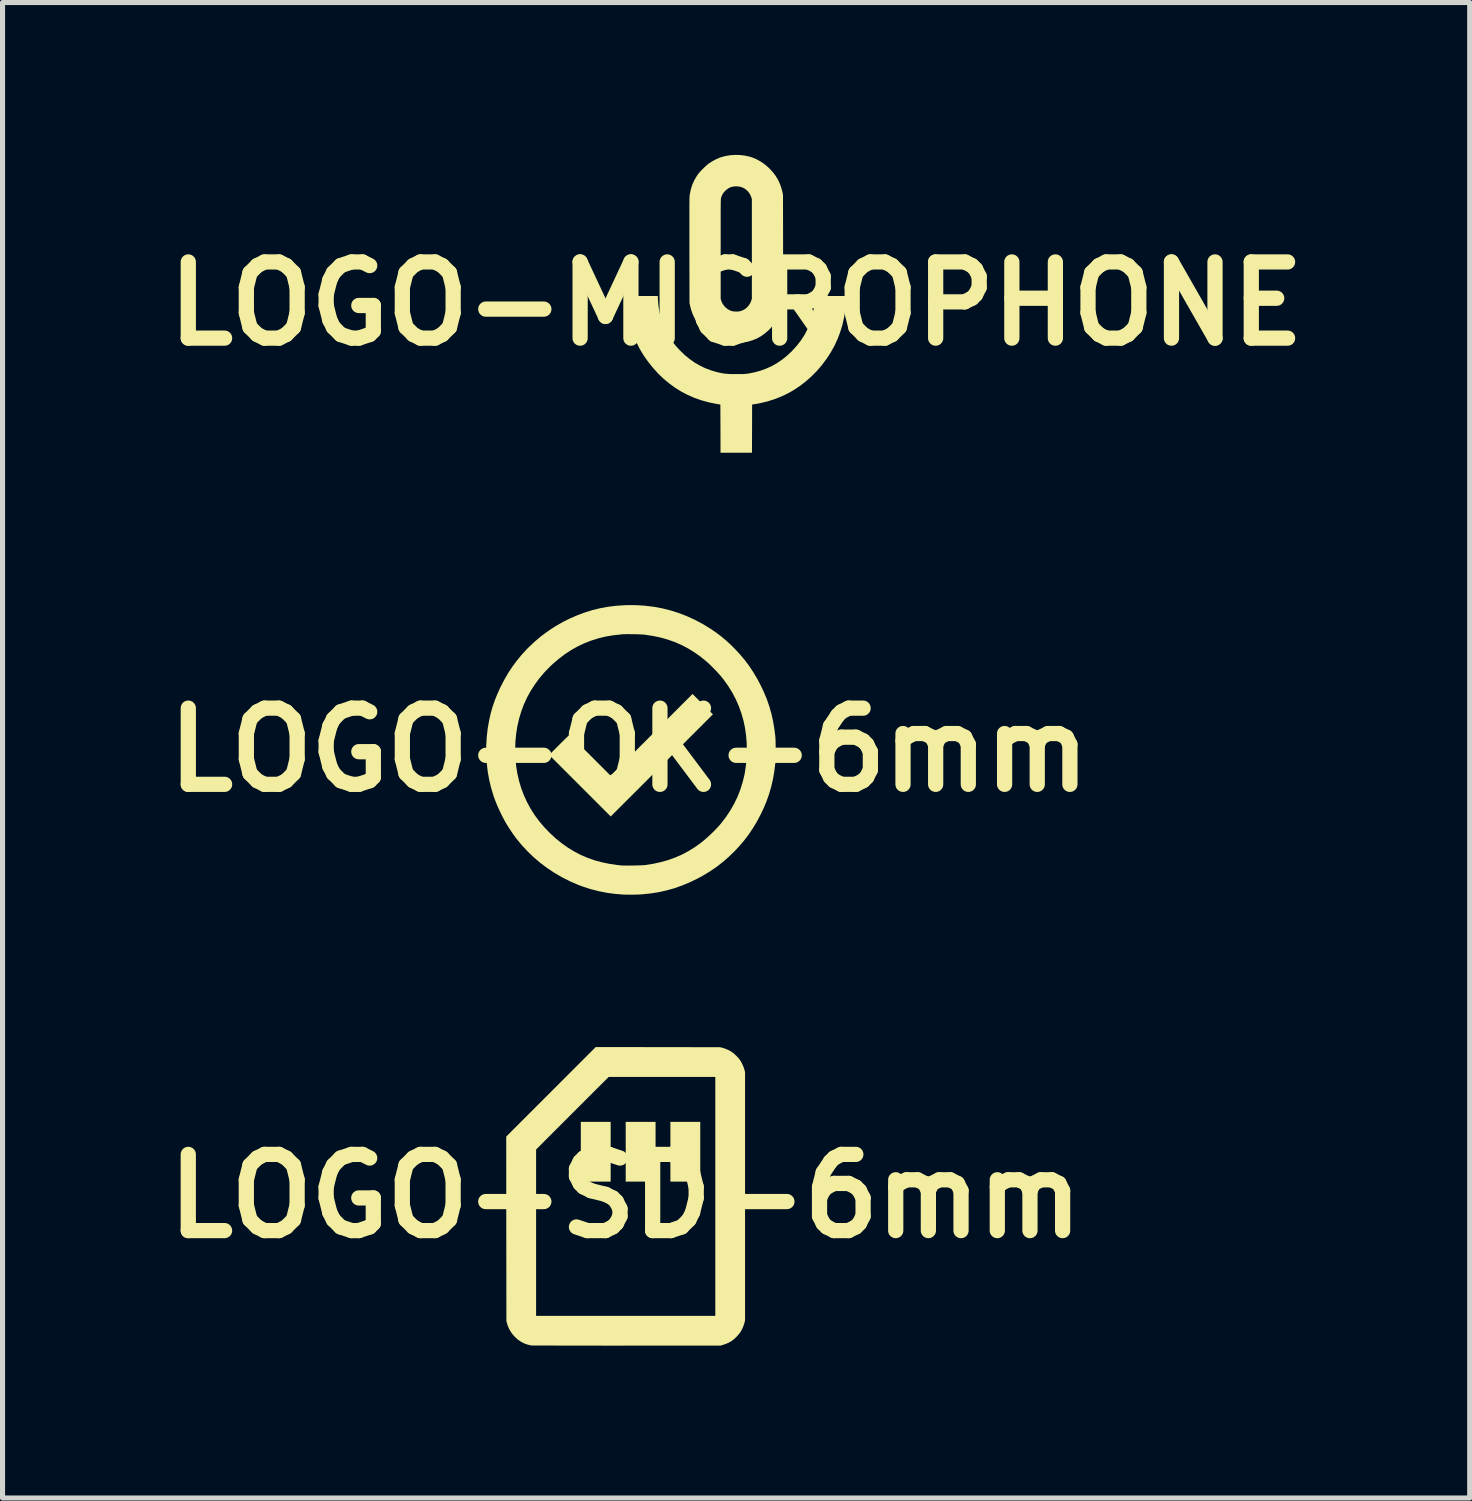
<source format=kicad_pcb>
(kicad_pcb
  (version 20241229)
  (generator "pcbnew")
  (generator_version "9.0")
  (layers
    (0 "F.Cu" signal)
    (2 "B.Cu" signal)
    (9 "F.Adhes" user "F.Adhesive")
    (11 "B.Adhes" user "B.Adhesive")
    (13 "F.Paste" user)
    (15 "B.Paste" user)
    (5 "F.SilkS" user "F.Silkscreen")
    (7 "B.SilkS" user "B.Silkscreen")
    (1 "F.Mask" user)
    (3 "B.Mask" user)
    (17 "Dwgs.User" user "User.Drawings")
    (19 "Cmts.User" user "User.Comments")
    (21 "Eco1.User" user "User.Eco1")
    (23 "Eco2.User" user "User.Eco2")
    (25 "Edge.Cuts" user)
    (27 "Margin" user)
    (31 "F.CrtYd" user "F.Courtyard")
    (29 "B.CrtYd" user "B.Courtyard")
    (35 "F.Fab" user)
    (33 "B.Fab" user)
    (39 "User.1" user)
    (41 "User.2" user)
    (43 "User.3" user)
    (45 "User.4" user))
  (footprint "LOGO-SD-6mm"
    (layer "F.Cu")
    (at 9.264 20.5)
    (property "Reference" "LOGO-SD-6mm" (at 0 0 0) (layer "F.SilkS") (effects (font (size 1.5 1.5) (thickness 0.3))))
    (attr board_only exclude_from_pos_files exclude_from_bom)
    (fp_poly (pts (xy -0.291 -0.874) (xy -0.291 -0.286) (xy -0.585 -0.286) (xy -0.879 -0.286) (xy -0.879 -0.874) (xy -0.879 -1.462) (xy -0.585 -1.462) (xy -0.291 -1.462)) (stroke (width 0) (type solid)) (fill yes) (layer "F.SilkS"))
    (fp_poly (pts (xy 0.593 -0.874) (xy 0.593 -0.286) (xy 0.299 -0.286) (xy 0.005 -0.286) (xy 0.005 -0.874) (xy 0.005 -1.462) (xy 0.299 -1.462) (xy 0.593 -1.462)) (stroke (width 0) (type solid)) (fill yes) (layer "F.SilkS"))
    (fp_poly (pts (xy 1.473 -0.874) (xy 1.473 -0.286) (xy 1.179 -0.286) (xy 0.885 -0.286) (xy 0.885 -0.874) (xy 0.885 -1.462) (xy 1.179 -1.462) (xy 1.473 -1.462)) (stroke (width 0) (type solid)) (fill yes) (layer "F.SilkS"))
    (fp_poly (pts (xy 0.64 -2.934) (xy 1.866 -2.932) (xy 1.918 -2.918) (xy 1.966 -2.902) (xy 2.017 -2.881) (xy 2.065 -2.856) (xy 2.098 -2.835) (xy 2.124 -2.816) (xy 2.154 -2.79) (xy 2.185 -2.761) (xy 2.213 -2.731) (xy 2.237 -2.704) (xy 2.243 -2.696) (xy 2.266 -2.663) (xy 2.288 -2.624) (xy 2.309 -2.581) (xy 2.327 -2.538) (xy 2.34 -2.498) (xy 2.341 -2.495) (xy 2.355 -2.443) (xy 2.355 0.003) (xy 2.355 2.448) (xy 2.343 2.495) (xy 2.319 2.569) (xy 2.288 2.637) (xy 2.248 2.699) (xy 2.198 2.758) (xy 2.191 2.765) (xy 2.141 2.813) (xy 2.09 2.852) (xy 2.037 2.883) (xy 1.978 2.909) (xy 1.913 2.931) (xy 1.912 2.931) (xy 1.871 2.943) (xy 0.023 2.943) (xy -0.116 2.944) (xy -0.253 2.944) (xy -0.387 2.944) (xy -0.517 2.943) (xy -0.644 2.943) (xy -0.766 2.943) (xy -0.884 2.943) (xy -0.997 2.943) (xy -1.105 2.943) (xy -1.207 2.943) (xy -1.303 2.943) (xy -1.393 2.942) (xy -1.476 2.942) (xy -1.551 2.942) (xy -1.619 2.942) (xy -1.68 2.941) (xy -1.732 2.941) (xy -1.775 2.941) (xy -1.81 2.941) (xy -1.835 2.94) (xy -1.85 2.94) (xy -1.855 2.94) (xy -1.926 2.924) (xy -1.995 2.899) (xy -2.061 2.864) (xy -2.123 2.821) (xy -2.179 2.769) (xy -2.212 2.733) (xy -2.256 2.674) (xy -2.292 2.611) (xy -2.32 2.544) (xy -2.333 2.5) (xy -2.344 2.459) (xy -2.344 2.357) (xy -1.759 2.357) (xy 0.005 2.357) (xy 1.769 2.357) (xy 1.769 0.005) (xy 1.769 -2.347) (xy 0.719 -2.347) (xy -0.33 -2.347) (xy -1.045 -1.633) (xy -1.759 -0.918) (xy -1.759 0.719) (xy -1.759 2.357) (xy -2.344 2.357) (xy -2.346 0.643) (xy -2.347 -1.173) (xy -1.466 -2.054) (xy -0.585 -2.935)) (stroke (width 0) (type solid)) (fill yes) (layer "F.SilkS")))
  (footprint "LOGO-MICROPHONE"
    (layer "F.Cu")
    (at 11.443 2.929)
    (property "Reference" "LOGO-MICROPHONE" (at 0 0 0) (layer "F.SilkS") (effects (font (size 1.5 1.5) (thickness 0.3))))
    (attr board_only exclude_from_pos_files exclude_from_bom)
    (fp_poly (pts (xy -1.539 -0.077) (xy -1.528 0.051) (xy -1.508 0.175) (xy -1.478 0.295) (xy -1.438 0.411) (xy -1.39 0.523) (xy -1.331 0.63) (xy -1.263 0.734) (xy -1.186 0.833) (xy -1.109 0.917) (xy -1.016 1.007) (xy -0.919 1.087) (xy -0.82 1.157) (xy -0.716 1.218) (xy -0.608 1.27) (xy -0.496 1.312) (xy -0.392 1.343) (xy -0.345 1.355) (xy -0.303 1.364) (xy -0.263 1.371) (xy -0.224 1.377) (xy -0.184 1.381) (xy -0.141 1.384) (xy -0.093 1.386) (xy -0.037 1.386) (xy 0.003 1.386) (xy 0.051 1.386) (xy 0.091 1.386) (xy 0.123 1.386) (xy 0.15 1.385) (xy 0.173 1.383) (xy 0.194 1.381) (xy 0.215 1.379) (xy 0.237 1.376) (xy 0.244 1.375) (xy 0.367 1.351) (xy 0.485 1.318) (xy 0.598 1.276) (xy 0.707 1.226) (xy 0.811 1.166) (xy 0.912 1.097) (xy 1.009 1.018) (xy 1.103 0.929) (xy 1.116 0.915) (xy 1.201 0.82) (xy 1.277 0.722) (xy 1.343 0.621) (xy 1.399 0.515) (xy 1.446 0.405) (xy 1.485 0.291) (xy 1.499 0.239) (xy 1.512 0.183) (xy 1.523 0.121) (xy 1.532 0.058) (xy 1.539 -0.004) (xy 1.544 -0.062) (xy 1.546 -0.111) (xy 1.546 -0.151) (xy 1.855 -0.151) (xy 2.165 -0.151) (xy 2.165 -0.126) (xy 2.164 -0.103) (xy 2.163 -0.073) (xy 2.161 -0.037) (xy 2.158 0.002) (xy 2.155 0.042) (xy 2.152 0.08) (xy 2.149 0.113) (xy 2.146 0.134) (xy 2.124 0.28) (xy 2.091 0.423) (xy 2.048 0.563) (xy 1.996 0.7) (xy 1.934 0.833) (xy 1.862 0.961) (xy 1.782 1.085) (xy 1.774 1.095) (xy 1.681 1.218) (xy 1.582 1.333) (xy 1.477 1.438) (xy 1.367 1.535) (xy 1.252 1.623) (xy 1.131 1.703) (xy 1.006 1.773) (xy 0.875 1.834) (xy 0.74 1.886) (xy 0.6 1.929) (xy 0.456 1.962) (xy 0.401 1.972) (xy 0.315 1.986) (xy 0.314 2.461) (xy 0.312 2.935) (xy 0.003 2.935) (xy -0.307 2.935) (xy -0.308 2.461) (xy -0.31 1.986) (xy -0.393 1.972) (xy -0.54 1.942) (xy -0.682 1.903) (xy -0.82 1.855) (xy -0.952 1.797) (xy -1.079 1.731) (xy -1.201 1.655) (xy -1.318 1.57) (xy -1.43 1.477) (xy -1.537 1.374) (xy -1.638 1.262) (xy -1.733 1.143) (xy -1.819 1.021) (xy -1.895 0.895) (xy -1.961 0.765) (xy -2.018 0.631) (xy -2.065 0.494) (xy -2.102 0.355) (xy -2.125 0.239) (xy -2.136 0.168) (xy -2.145 0.091) (xy -2.152 0.01) (xy -2.157 -0.069) (xy -2.157 -0.074) (xy -2.16 -0.151) (xy -1.851 -0.151) (xy -1.542 -0.151)) (stroke (width 0) (type solid)) (fill yes) (layer "F.SilkS"))
    (fp_poly (pts (xy 0.072 -2.927) (xy 0.165 -2.917) (xy 0.254 -2.898) (xy 0.314 -2.88) (xy 0.397 -2.846) (xy 0.476 -2.803) (xy 0.552 -2.752) (xy 0.624 -2.692) (xy 0.672 -2.645) (xy 0.732 -2.578) (xy 0.783 -2.509) (xy 0.826 -2.437) (xy 0.862 -2.36) (xy 0.891 -2.277) (xy 0.912 -2.198) (xy 0.923 -2.147) (xy 0.925 -1.114) (xy 0.925 -0.982) (xy 0.926 -0.86) (xy 0.926 -0.747) (xy 0.926 -0.645) (xy 0.926 -0.551) (xy 0.926 -0.466) (xy 0.926 -0.39) (xy 0.925 -0.322) (xy 0.925 -0.262) (xy 0.925 -0.209) (xy 0.924 -0.164) (xy 0.924 -0.125) (xy 0.923 -0.093) (xy 0.923 -0.067) (xy 0.922 -0.048) (xy 0.921 -0.033) (xy 0.921 -0.026) (xy 0.905 0.067) (xy 0.88 0.157) (xy 0.845 0.243) (xy 0.8 0.326) (xy 0.745 0.405) (xy 0.681 0.481) (xy 0.642 0.52) (xy 0.568 0.585) (xy 0.491 0.64) (xy 0.41 0.685) (xy 0.325 0.72) (xy 0.235 0.747) (xy 0.141 0.764) (xy 0.042 0.772) (xy 0.029 0.773) (xy -0.001 0.773) (xy -0.029 0.773) (xy -0.052 0.773) (xy -0.068 0.773) (xy -0.073 0.772) (xy -0.137 0.764) (xy -0.194 0.755) (xy -0.244 0.744) (xy -0.29 0.73) (xy -0.335 0.715) (xy -0.359 0.705) (xy -0.439 0.666) (xy -0.515 0.62) (xy -0.587 0.564) (xy -0.639 0.518) (xy -0.707 0.446) (xy -0.766 0.37) (xy -0.816 0.289) (xy -0.857 0.203) (xy -0.888 0.112) (xy -0.904 0.05) (xy -0.918 -0.013) (xy -0.918 -0.096) (xy -0.304 -0.096) (xy -0.293 -0.06) (xy -0.272 -0.009) (xy -0.242 0.036) (xy -0.206 0.076) (xy -0.164 0.109) (xy -0.117 0.134) (xy -0.075 0.148) (xy -0.042 0.153) (xy -0.003 0.155) (xy 0.036 0.154) (xy 0.071 0.15) (xy 0.078 0.148) (xy 0.129 0.131) (xy 0.176 0.105) (xy 0.217 0.071) (xy 0.253 0.029) (xy 0.281 -0.017) (xy 0.298 -0.06) (xy 0.31 -0.096) (xy 0.31 -1.08) (xy 0.31 -2.063) (xy 0.295 -2.104) (xy 0.277 -2.147) (xy 0.255 -2.183) (xy 0.227 -2.216) (xy 0.212 -2.231) (xy 0.169 -2.265) (xy 0.122 -2.289) (xy 0.071 -2.304) (xy 0.015 -2.31) (xy 0.003 -2.311) (xy -0.053 -2.307) (xy -0.103 -2.295) (xy -0.148 -2.274) (xy -0.19 -2.244) (xy -0.214 -2.222) (xy -0.246 -2.187) (xy -0.27 -2.15) (xy -0.288 -2.109) (xy -0.295 -2.089) (xy -0.296 -2.085) (xy -0.297 -2.08) (xy -0.298 -2.074) (xy -0.299 -2.067) (xy -0.3 -2.058) (xy -0.3 -2.046) (xy -0.301 -2.031) (xy -0.302 -2.013) (xy -0.302 -1.992) (xy -0.303 -1.966) (xy -0.303 -1.935) (xy -0.303 -1.899) (xy -0.304 -1.857) (xy -0.304 -1.81) (xy -0.304 -1.756) (xy -0.304 -1.695) (xy -0.304 -1.627) (xy -0.304 -1.55) (xy -0.304 -1.466) (xy -0.304 -1.373) (xy -0.304 -1.27) (xy -0.304 -1.158) (xy -0.304 -1.077) (xy -0.304 -0.096) (xy -0.918 -0.096) (xy -0.92 -1.051) (xy -0.92 -1.175) (xy -0.92 -1.289) (xy -0.92 -1.393) (xy -0.92 -1.488) (xy -0.92 -1.574) (xy -0.92 -1.653) (xy -0.92 -1.723) (xy -0.92 -1.786) (xy -0.92 -1.843) (xy -0.92 -1.893) (xy -0.92 -1.937) (xy -0.919 -1.975) (xy -0.919 -2.008) (xy -0.919 -2.037) (xy -0.918 -2.061) (xy -0.918 -2.082) (xy -0.917 -2.099) (xy -0.916 -2.113) (xy -0.915 -2.125) (xy -0.915 -2.135) (xy -0.914 -2.143) (xy -0.913 -2.147) (xy -0.894 -2.242) (xy -0.866 -2.334) (xy -0.828 -2.421) (xy -0.781 -2.504) (xy -0.749 -2.551) (xy -0.727 -2.578) (xy -0.698 -2.61) (xy -0.666 -2.644) (xy -0.631 -2.678) (xy -0.597 -2.71) (xy -0.564 -2.739) (xy -0.535 -2.762) (xy -0.531 -2.765) (xy -0.486 -2.793) (xy -0.436 -2.822) (xy -0.384 -2.848) (xy -0.332 -2.871) (xy -0.293 -2.885) (xy -0.206 -2.908) (xy -0.115 -2.923) (xy -0.021 -2.929)) (stroke (width 0) (type solid)) (fill yes) (layer "F.SilkS")))
  (footprint "LOGO-OK-6mm"
    (layer "F.Cu")
    (at 9.336 11.714)
    (property "Reference" "LOGO-OK-6mm" (at 0 0 0) (layer "F.SilkS") (effects (font (size 1.5 1.5) (thickness 0.3))))
    (attr board_only exclude_from_pos_files exclude_from_bom)
    (fp_poly (pts (xy 1.449 -0.9) (xy 1.65 -0.7) (xy 0.644 0.306) (xy -0.362 1.311) (xy -0.968 0.705) (xy -1.574 0.099) (xy -1.376 -0.099) (xy -1.339 -0.136) (xy -1.304 -0.171) (xy -1.271 -0.204) (xy -1.242 -0.232) (xy -1.217 -0.256) (xy -1.197 -0.275) (xy -1.183 -0.289) (xy -1.175 -0.296) (xy -1.173 -0.297) (xy -1.169 -0.293) (xy -1.158 -0.283) (xy -1.14 -0.266) (xy -1.117 -0.243) (xy -1.088 -0.214) (xy -1.054 -0.181) (xy -1.016 -0.143) (xy -0.973 -0.101) (xy -0.928 -0.055) (xy -0.879 -0.007) (xy -0.827 0.045) (xy -0.773 0.098) (xy -0.765 0.107) (xy -0.362 0.51) (xy 0.444 -0.295) (xy 1.249 -1.101)) (stroke (width 0) (type solid)) (fill yes) (layer "F.SilkS"))
    (fp_poly (pts (xy 0.146 -2.849) (xy 0.318 -2.838) (xy 0.488 -2.817) (xy 0.654 -2.786) (xy 0.818 -2.745) (xy 0.979 -2.694) (xy 1.137 -2.633) (xy 1.292 -2.562) (xy 1.445 -2.481) (xy 1.595 -2.39) (xy 1.631 -2.366) (xy 1.729 -2.298) (xy 1.821 -2.228) (xy 1.91 -2.153) (xy 1.999 -2.072) (xy 2.079 -1.992) (xy 2.183 -1.88) (xy 2.279 -1.766) (xy 2.368 -1.647) (xy 2.45 -1.522) (xy 2.528 -1.39) (xy 2.586 -1.28) (xy 2.653 -1.14) (xy 2.711 -1) (xy 2.76 -0.858) (xy 2.801 -0.715) (xy 2.834 -0.568) (xy 2.86 -0.415) (xy 2.879 -0.263) (xy 2.881 -0.235) (xy 2.883 -0.2) (xy 2.884 -0.157) (xy 2.885 -0.108) (xy 2.885 -0.057) (xy 2.886 -0.003) (xy 2.885 0.051) (xy 2.885 0.103) (xy 2.884 0.151) (xy 2.883 0.195) (xy 2.881 0.232) (xy 2.879 0.26) (xy 2.879 0.263) (xy 2.859 0.422) (xy 2.833 0.574) (xy 2.799 0.721) (xy 2.758 0.865) (xy 2.708 1.006) (xy 2.65 1.146) (xy 2.586 1.28) (xy 2.512 1.419) (xy 2.433 1.549) (xy 2.35 1.672) (xy 2.26 1.79) (xy 2.162 1.904) (xy 2.079 1.992) (xy 1.963 2.105) (xy 1.844 2.209) (xy 1.721 2.304) (xy 1.592 2.392) (xy 1.457 2.474) (xy 1.346 2.534) (xy 1.195 2.607) (xy 1.044 2.67) (xy 0.892 2.724) (xy 0.737 2.767) (xy 0.581 2.802) (xy 0.42 2.827) (xy 0.254 2.844) (xy 0.219 2.846) (xy 0.184 2.848) (xy 0.142 2.849) (xy 0.095 2.85) (xy 0.045 2.851) (xy -0.004 2.851) (xy -0.05 2.85) (xy -0.092 2.849) (xy -0.122 2.848) (xy -0.28 2.835) (xy -0.437 2.814) (xy -0.593 2.783) (xy -0.745 2.745) (xy -0.893 2.698) (xy -1.004 2.657) (xy -1.167 2.586) (xy -1.323 2.507) (xy -1.472 2.42) (xy -1.615 2.325) (xy -1.752 2.222) (xy -1.882 2.111) (xy -2.005 1.992) (xy -2.122 1.865) (xy -2.22 1.746) (xy -2.246 1.711) (xy -2.277 1.668) (xy -2.309 1.621) (xy -2.342 1.572) (xy -2.374 1.523) (xy -2.404 1.475) (xy -2.429 1.432) (xy -2.436 1.421) (xy -2.481 1.338) (xy -2.526 1.249) (xy -2.569 1.157) (xy -2.609 1.066) (xy -2.644 0.976) (xy -2.671 0.9) (xy -2.718 0.743) (xy -2.756 0.583) (xy -2.785 0.419) (xy -2.803 0.253) (xy -2.813 0.085) (xy -2.813 0) (xy -2.243 0) (xy -2.238 0.16) (xy -2.224 0.315) (xy -2.2 0.467) (xy -2.166 0.614) (xy -2.123 0.758) (xy -2.07 0.897) (xy -2.008 1.032) (xy -1.937 1.162) (xy -1.856 1.289) (xy -1.766 1.41) (xy -1.666 1.527) (xy -1.558 1.639) (xy -1.444 1.744) (xy -1.326 1.839) (xy -1.206 1.924) (xy -1.082 2) (xy -0.954 2.067) (xy -0.821 2.124) (xy -0.684 2.173) (xy -0.541 2.212) (xy -0.393 2.243) (xy -0.239 2.266) (xy -0.167 2.274) (xy -0.141 2.276) (xy -0.107 2.277) (xy -0.066 2.277) (xy -0.02 2.278) (xy 0.03 2.277) (xy 0.081 2.277) (xy 0.132 2.276) (xy 0.181 2.274) (xy 0.226 2.273) (xy 0.266 2.271) (xy 0.298 2.269) (xy 0.317 2.267) (xy 0.473 2.243) (xy 0.624 2.21) (xy 0.769 2.169) (xy 0.908 2.119) (xy 1.043 2.06) (xy 1.172 1.991) (xy 1.296 1.914) (xy 1.408 1.834) (xy 1.469 1.785) (xy 1.533 1.73) (xy 1.598 1.67) (xy 1.662 1.609) (xy 1.722 1.547) (xy 1.777 1.487) (xy 1.818 1.438) (xy 1.911 1.316) (xy 1.995 1.189) (xy 2.069 1.059) (xy 2.134 0.925) (xy 2.188 0.787) (xy 2.233 0.645) (xy 2.269 0.5) (xy 2.282 0.431) (xy 2.302 0.287) (xy 2.315 0.14) (xy 2.318 -0.008) (xy 2.314 -0.156) (xy 2.301 -0.301) (xy 2.28 -0.443) (xy 2.253 -0.571) (xy 2.212 -0.716) (xy 2.162 -0.856) (xy 2.103 -0.991) (xy 2.034 -1.123) (xy 1.956 -1.251) (xy 1.868 -1.375) (xy 1.818 -1.438) (xy 1.791 -1.47) (xy 1.758 -1.507) (xy 1.721 -1.547) (xy 1.681 -1.588) (xy 1.64 -1.63) (xy 1.6 -1.669) (xy 1.563 -1.705) (xy 1.529 -1.735) (xy 1.52 -1.743) (xy 1.401 -1.839) (xy 1.28 -1.924) (xy 1.156 -2) (xy 1.028 -2.067) (xy 0.896 -2.124) (xy 0.76 -2.172) (xy 0.619 -2.212) (xy 0.471 -2.243) (xy 0.318 -2.266) (xy 0.317 -2.267) (xy 0.284 -2.27) (xy 0.243 -2.273) (xy 0.195 -2.275) (xy 0.143 -2.277) (xy 0.088 -2.278) (xy 0.033 -2.278) (xy -0.02 -2.279) (xy -0.069 -2.278) (xy -0.112 -2.277) (xy -0.148 -2.275) (xy -0.149 -2.274) (xy -0.306 -2.257) (xy -0.457 -2.232) (xy -0.602 -2.197) (xy -0.743 -2.153) (xy -0.88 -2.1) (xy -1.011 -2.038) (xy -1.139 -1.966) (xy -1.263 -1.885) (xy -1.383 -1.794) (xy -1.5 -1.694) (xy -1.558 -1.639) (xy -1.667 -1.527) (xy -1.766 -1.41) (xy -1.856 -1.288) (xy -1.937 -1.162) (xy -2.009 -1.031) (xy -2.071 -0.896) (xy -2.123 -0.757) (xy -2.166 -0.614) (xy -2.2 -0.466) (xy -2.224 -0.315) (xy -2.238 -0.159) (xy -2.243 0) (xy -2.813 0) (xy -2.813 -0.084) (xy -2.803 -0.252) (xy -2.784 -0.42) (xy -2.755 -0.585) (xy -2.725 -0.718) (xy -2.689 -0.846) (xy -2.645 -0.973) (xy -2.594 -1.1) (xy -2.535 -1.23) (xy -2.532 -1.236) (xy -2.459 -1.378) (xy -2.382 -1.511) (xy -2.299 -1.637) (xy -2.21 -1.757) (xy -2.115 -1.873) (xy -2.011 -1.986) (xy -1.98 -2.017) (xy -1.856 -2.134) (xy -1.725 -2.244) (xy -1.587 -2.345) (xy -1.443 -2.439) (xy -1.293 -2.524) (xy -1.159 -2.59) (xy -1.011 -2.654) (xy -0.864 -2.708) (xy -0.716 -2.754) (xy -0.566 -2.79) (xy -0.413 -2.818) (xy -0.255 -2.837) (xy -0.093 -2.848) (xy -0.029 -2.85)) (stroke (width 0) (type solid)) (fill yes) (layer "F.SilkS")))
  (gr_rect
    (start -3 -3)
    (end 25.886 26.443)
    (stroke (width 0.1) (type default))
    (fill no)
    (layer "Edge.Cuts")))
</source>
